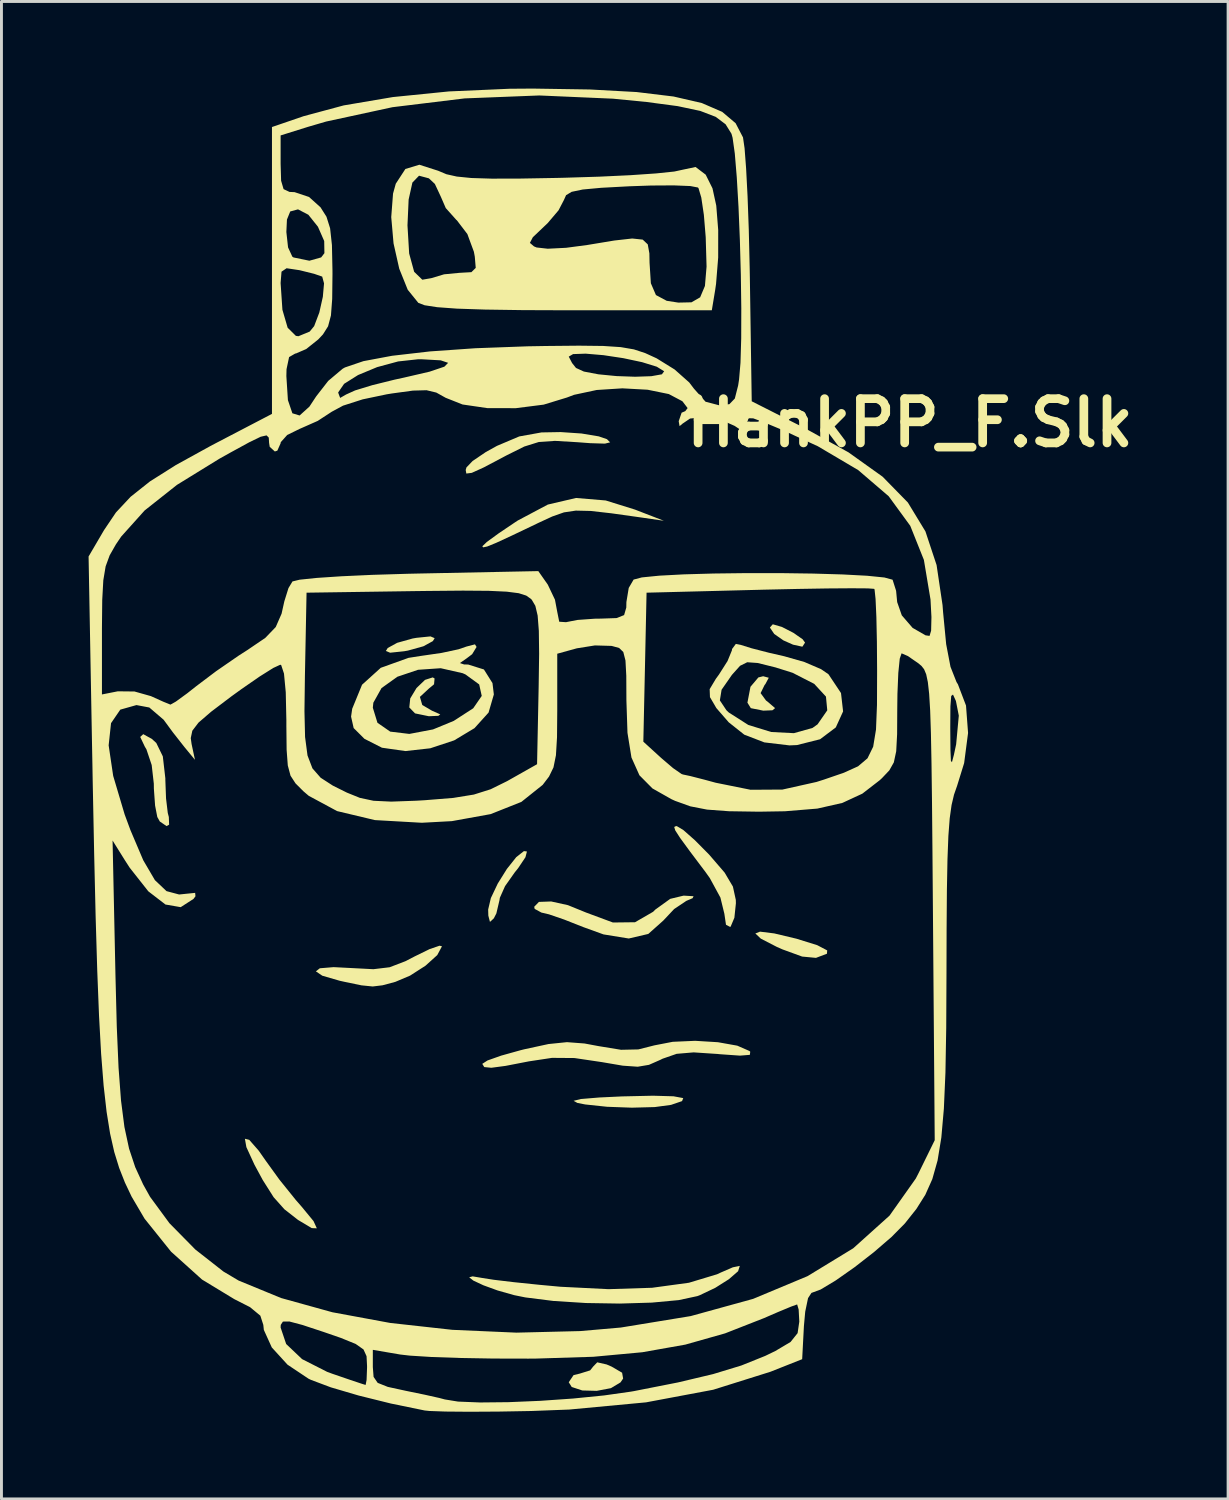
<source format=kicad_pcb>
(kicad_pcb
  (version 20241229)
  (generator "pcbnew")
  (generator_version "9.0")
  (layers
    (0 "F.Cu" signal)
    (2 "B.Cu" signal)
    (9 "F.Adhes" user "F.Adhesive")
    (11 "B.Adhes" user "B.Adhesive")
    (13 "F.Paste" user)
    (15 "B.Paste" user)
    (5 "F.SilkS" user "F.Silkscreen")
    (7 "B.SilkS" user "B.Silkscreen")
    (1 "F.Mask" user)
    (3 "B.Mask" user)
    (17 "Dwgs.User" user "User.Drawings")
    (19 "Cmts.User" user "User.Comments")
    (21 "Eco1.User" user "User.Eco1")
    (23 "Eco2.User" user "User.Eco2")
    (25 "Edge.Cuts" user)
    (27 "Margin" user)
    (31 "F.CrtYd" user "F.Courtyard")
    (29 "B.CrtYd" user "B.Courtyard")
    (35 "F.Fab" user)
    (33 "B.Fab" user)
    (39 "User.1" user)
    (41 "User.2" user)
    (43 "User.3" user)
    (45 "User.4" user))
  (footprint "HankPP_F.Slk"
    (layer "F.Cu")
    (at 14.946 22.814)
    (property "Reference" "HankPP_F.Slk" (at 13.335 -11.303 0) (layer "F.SilkS") (effects (font (size 1.524 1.524) (thickness 0.3))))
    (attr board_only exclude_from_pos_files exclude_from_bom)
    (fp_poly (pts (xy 8.928 -4.277) (xy 9.323 -4.074) (xy 9.64 -3.853) (xy 9.723 -3.738) (xy 9.631 -3.597) (xy 9.31 -3.667) (xy 8.979 -3.814) (xy 8.662 -4.035) (xy 8.513 -4.256) (xy 8.607 -4.365) (xy 8.623 -4.366)) (stroke (width 0) (type solid)) (fill yes) (layer "F.SilkS"))
    (fp_poly (pts (xy -3.03 -3.891) (xy -3.093 -3.789) (xy -3.419 -3.611) (xy -3.952 -3.463) (xy -4.085 -3.44) (xy -4.565 -3.39) (xy -4.71 -3.451) (xy -4.646 -3.553) (xy -4.32 -3.731) (xy -3.787 -3.88) (xy -3.654 -3.903) (xy -3.174 -3.952)) (stroke (width 0) (type solid)) (fill yes) (layer "F.SilkS"))
    (fp_poly (pts (xy 8.663 6.275) (xy 9.427 6.457) (xy 10.143 6.68) (xy 10.486 6.86) (xy 10.477 6.974) (xy 10.099 7.117) (xy 9.623 7.072) (xy 8.946 6.825) (xy 8.751 6.739) (xy 8.199 6.454) (xy 8.012 6.277) (xy 8.173 6.214)) (stroke (width 0) (type solid)) (fill yes) (layer "F.SilkS"))
    (fp_poly (pts (xy 5.193 11.883) (xy 5.529 11.945) (xy 5.488 12.049) (xy 5.11 12.178) (xy 4.549 12.254) (xy 3.76 12.275) (xy 2.906 12.244) (xy 2.153 12.164) (xy 1.885 12.112) (xy 1.754 12.039) (xy 2.004 11.977) (xy 2.64 11.924) (xy 3.423 11.887) (xy 4.488 11.863)) (stroke (width 0) (type solid)) (fill yes) (layer "F.SilkS"))
    (fp_poly (pts (xy 8.474 -2.528) (xy 8.358 -2.311) (xy 8.329 -2.276) (xy 8.193 -1.999) (xy 8.377 -1.747) (xy 8.454 -1.687) (xy 8.691 -1.482) (xy 8.602 -1.408) (xy 8.285 -1.395) (xy 7.856 -1.481) (xy 7.739 -1.67) (xy 7.844 -2.217) (xy 8.116 -2.539) (xy 8.281 -2.58)) (stroke (width 0) (type solid)) (fill yes) (layer "F.SilkS"))
    (fp_poly (pts (xy -3.033 -2.504) (xy -3.051 -2.303) (xy -3.226 -2.158) (xy -3.538 -1.869) (xy -3.457 -1.59) (xy -3.125 -1.395) (xy -2.837 -1.267) (xy -2.902 -1.217) (xy -3.231 -1.203) (xy -3.706 -1.301) (xy -3.903 -1.505) (xy -3.871 -1.816) (xy -3.655 -2.174) (xy -3.362 -2.455) (xy -3.096 -2.54)) (stroke (width 0) (type solid)) (fill yes) (layer "F.SilkS"))
    (fp_poly (pts (xy 2.89 21.116) (xy 3.062 21.19) (xy 3.424 21.401) (xy 3.459 21.602) (xy 3.369 21.734) (xy 3.036 21.933) (xy 2.55 22.025) (xy 2.054 22.012) (xy 1.689 21.892) (xy 1.587 21.729) (xy 1.752 21.484) (xy 1.968 21.431) (xy 2.323 21.32) (xy 2.43 21.186) (xy 2.568 21.043)) (stroke (width 0) (type solid)) (fill yes) (layer "F.SilkS"))
    (fp_poly (pts (xy -9.415 13.382) (xy -9.09 13.753) (xy -8.848 14.099) (xy -8.375 14.753) (xy -7.814 15.45) (xy -7.608 15.686) (xy -7.201 16.18) (xy -7.087 16.429) (xy -7.262 16.422) (xy -7.723 16.147) (xy -7.745 16.132) (xy -8.203 15.774) (xy -8.575 15.357) (xy -8.95 14.765) (xy -9.235 14.238) (xy -9.513 13.633) (xy -9.564 13.345)) (stroke (width 0) (type solid)) (fill yes) (layer "F.SilkS"))
    (fp_poly (pts (xy 0.147 3.454) (xy 0.096 3.652) (xy -0.154 4.026) (xy -0.273 4.174) (xy -0.607 4.648) (xy -0.787 5.052) (xy -0.797 5.125) (xy -0.905 5.585) (xy -0.992 5.755) (xy -1.126 5.879) (xy -1.182 5.663) (xy -1.188 5.453) (xy -1.095 5.058) (xy -0.858 4.559) (xy -0.544 4.056) (xy -0.221 3.649) (xy 0.043 3.441)) (stroke (width 0) (type solid)) (fill yes) (layer "F.SilkS"))
    (fp_poly (pts (xy -12.765 -0.42) (xy -12.615 -0.283) (xy -12.39 0.179) (xy -12.303 0.936) (xy -12.303 0.99) (xy -12.279 1.627) (xy -12.219 2.129) (xy -12.183 2.266) (xy -12.173 2.531) (xy -12.261 2.58) (xy -12.494 2.421) (xy -12.58 2.266) (xy -12.656 1.874) (xy -12.698 1.289) (xy -12.7 1.119) (xy -12.773 0.477) (xy -12.955 -0.065) (xy -13.009 -0.154) (xy -13.168 -0.49) (xy -13.064 -0.586)) (stroke (width 0) (type solid)) (fill yes) (layer "F.SilkS"))
    (fp_poly (pts (xy -2.778 6.718) (xy -2.94 7.021) (xy -3.347 7.388) (xy -3.878 7.729) (xy -4.382 7.942) (xy -4.824 8.061) (xy -5.162 8.102) (xy -5.549 8.063) (xy -6.138 7.941) (xy -6.3 7.905) (xy -6.899 7.731) (xy -7.12 7.581) (xy -6.984 7.475) (xy -6.509 7.436) (xy -5.904 7.467) (xy -5.14 7.507) (xy -4.58 7.44) (xy -4.035 7.231) (xy -3.721 7.068) (xy -3.204 6.815) (xy -2.861 6.698)) (stroke (width 0) (type solid)) (fill yes) (layer "F.SilkS"))
    (fp_poly (pts (xy 5.532 2.715) (xy 5.934 3.07) (xy 6.422 3.563) (xy 6.954 4.181) (xy 7.239 4.662) (xy 7.339 5.12) (xy 7.342 5.238) (xy 7.29 5.736) (xy 7.163 6.037) (xy 7.144 6.052) (xy 7.001 5.977) (xy 6.945 5.598) (xy 6.809 5.041) (xy 6.444 4.37) (xy 6.3 4.168) (xy 5.758 3.448) (xy 5.421 2.987) (xy 5.253 2.726) (xy 5.218 2.61) (xy 5.28 2.58) (xy 5.306 2.58)) (stroke (width 0) (type solid)) (fill yes) (layer "F.SilkS"))
    (fp_poly (pts (xy 2.861 -8.632) (xy 3.87 -8.317) (xy 4.862 -7.933) (xy 4.068 -8.048) (xy 3.057 -8.19) (xy 2.343 -8.271) (xy 1.83 -8.283) (xy 1.421 -8.222) (xy 1.02 -8.081) (xy 0.531 -7.855) (xy 0.466 -7.823) (xy -0.37 -7.424) (xy -0.912 -7.173) (xy -1.221 -7.047) (xy -1.36 -7.018) (xy -1.389 -7.055) (xy -1.235 -7.202) (xy -0.828 -7.499) (xy -0.252 -7.887) (xy -0.168 -7.942) (xy 0.867 -8.491) (xy 1.838 -8.718)) (stroke (width 0) (type solid)) (fill yes) (layer "F.SilkS"))
    (fp_poly (pts (xy 2.026 -10.938) (xy 2.621 -10.839) (xy 2.903 -10.742) (xy 3.012 -10.633) (xy 2.831 -10.589) (xy 2.321 -10.605) (xy 1.885 -10.638) (xy 1.111 -10.684) (xy 0.559 -10.646) (xy 0.056 -10.489) (xy -0.568 -10.178) (xy -0.641 -10.139) (xy -1.339 -9.77) (xy -1.752 -9.583) (xy -1.94 -9.559) (xy -1.961 -9.682) (xy -1.936 -9.769) (xy -1.725 -9.99) (xy -1.271 -10.298) (xy -0.883 -10.513) (xy -0.117 -10.837) (xy 0.649 -10.975) (xy 1.31 -10.987)) (stroke (width 0) (type solid)) (fill yes) (layer "F.SilkS"))
    (fp_poly (pts (xy 5.884 4.994) (xy 5.853 5.061) (xy 5.635 5.155) (xy 5.215 5.436) (xy 4.841 5.834) (xy 4.326 6.293) (xy 3.654 6.45) (xy 2.783 6.309) (xy 2.084 6.056) (xy 1.43 5.798) (xy 0.906 5.618) (xy 0.645 5.557) (xy 0.414 5.431) (xy 0.397 5.358) (xy 0.56 5.19) (xy 0.982 5.175) (xy 1.559 5.302) (xy 2.183 5.556) (xy 3.107 5.899) (xy 3.869 5.89) (xy 4.492 5.53) (xy 4.564 5.457) (xy 5.08 5.085) (xy 5.541 4.974)) (stroke (width 0) (type solid)) (fill yes) (layer "F.SilkS"))
    (fp_poly (pts (xy 7.475 17.727) (xy 7.418 17.906) (xy 7.103 18.18) (xy 6.63 18.479) (xy 6.1 18.731) (xy 6.016 18.763) (xy 5.373 18.901) (xy 4.446 18.987) (xy 3.345 19.02) (xy 2.18 19.001) (xy 1.059 18.93) (xy 0.092 18.808) (xy -0.293 18.73) (xy -0.865 18.568) (xy -1.353 18.39) (xy -1.699 18.228) (xy -1.842 18.115) (xy -1.722 18.083) (xy -1.389 18.139) (xy -0.992 18.201) (xy -0.304 18.283) (xy 0.568 18.373) (xy 1.301 18.441) (xy 2.958 18.524) (xy 4.456 18.476) (xy 5.725 18.303) (xy 6.694 18.011) (xy 6.818 17.953) (xy 7.235 17.772) (xy 7.467 17.723)) (stroke (width 0) (type solid)) (fill yes) (layer "F.SilkS"))
    (fp_poly (pts (xy 6.723 10.021) (xy 7.39 10.14) (xy 7.808 10.323) (xy 7.836 10.348) (xy 7.822 10.456) (xy 7.483 10.483) (xy 6.787 10.434) (xy 6.714 10.426) (xy 5.887 10.371) (xy 5.302 10.421) (xy 4.818 10.589) (xy 4.742 10.627) (xy 4.349 10.8) (xy 3.962 10.865) (xy 3.448 10.829) (xy 2.72 10.705) (xy 1.783 10.566) (xy 1.01 10.56) (xy 0.216 10.68) (xy -0.589 10.836) (xy -1.078 10.901) (xy -1.322 10.877) (xy -1.389 10.769) (xy -1.389 10.765) (xy -1.211 10.65) (xy -0.74 10.483) (xy -0.073 10.297) (xy 0.05 10.266) (xy 0.89 10.084) (xy 1.526 10.019) (xy 2.13 10.065) (xy 2.612 10.155) (xy 3.387 10.282) (xy 3.983 10.269) (xy 4.537 10.129) (xy 5.167 10.007) (xy 5.939 9.973)) (stroke (width 0) (type solid)) (fill yes) (layer "F.SilkS"))
    (fp_poly (pts (xy -1.587 -3.589) (xy -1.739 -3.339) (xy -1.935 -3.191) (xy -2.161 -3.034) (xy -2.018 -2.986) (xy -1.875 -2.983) (xy -1.334 -2.813) (xy -1.039 -2.344) (xy -0.992 -1.953) (xy -1.174 -1.329) (xy -1.659 -0.792) (xy -2.358 -0.372) (xy -3.182 -0.099) (xy -4.04 -0.004) (xy -4.845 -0.119) (xy -5.449 -0.426) (xy -5.819 -0.796) (xy -5.908 -1.19) (xy -5.869 -1.461) (xy -5.854 -1.497) (xy -5.159 -1.497) (xy -5 -0.978) (xy -4.56 -0.673) (xy -3.902 -0.594) (xy -3.086 -0.749) (xy -2.374 -1.042) (xy -1.702 -1.477) (xy -1.409 -1.903) (xy -1.497 -2.298) (xy -1.97 -2.642) (xy -2.067 -2.685) (xy -2.821 -2.856) (xy -3.603 -2.802) (xy -4.315 -2.562) (xy -4.86 -2.172) (xy -5.141 -1.669) (xy -5.159 -1.497) (xy -5.854 -1.497) (xy -5.53 -2.288) (xy -4.886 -2.87) (xy -3.93 -3.213) (xy -3.501 -3.28) (xy -2.793 -3.383) (xy -2.209 -3.508) (xy -1.935 -3.602) (xy -1.642 -3.678)) (stroke (width 0) (type solid)) (fill yes) (layer "F.SilkS"))
    (fp_poly (pts (xy 7.524 -3.655) (xy 7.882 -3.543) (xy 8.48 -3.389) (xy 9.004 -3.269) (xy 9.699 -3.071) (xy 10.274 -2.824) (xy 10.529 -2.649) (xy 10.961 -2.001) (xy 11.033 -1.369) (xy 10.782 -0.818) (xy 10.24 -0.41) (xy 9.444 -0.21) (xy 9.187 -0.199) (xy 8.322 -0.302) (xy 7.631 -0.568) (xy 7.096 -0.993) (xy 6.669 -1.484) (xy 6.515 -1.748) (xy 6.79 -1.748) (xy 7.016 -1.409) (xy 7.098 -1.331) (xy 7.769 -0.903) (xy 8.559 -0.66) (xy 9.339 -0.62) (xy 9.98 -0.8) (xy 10.154 -0.924) (xy 10.488 -1.406) (xy 10.443 -1.879) (xy 10.038 -2.318) (xy 9.293 -2.699) (xy 8.705 -2.884) (xy 8.093 -3.036) (xy 7.732 -3.062) (xy 7.486 -2.94) (xy 7.223 -2.647) (xy 7.203 -2.624) (xy 6.849 -2.115) (xy 6.79 -1.748) (xy 6.515 -1.748) (xy 6.449 -1.86) (xy 6.439 -2.136) (xy 6.652 -2.492) (xy 6.76 -2.64) (xy 7.055 -3.105) (xy 7.205 -3.472) (xy 7.21 -3.518) (xy 7.34 -3.693)) (stroke (width 0) (type solid)) (fill yes) (layer "F.SilkS"))
    (fp_poly (pts (xy -2.907 -19.984) (xy -2.901 -19.981) (xy -2.625 -19.865) (xy -2.268 -19.785) (xy -1.77 -19.735) (xy -1.068 -19.713) (xy -0.103 -19.715) (xy 1.188 -19.738) (xy 1.439 -19.744) (xy 2.635 -19.781) (xy 3.711 -19.832) (xy 4.597 -19.893) (xy 5.223 -19.958) (xy 5.518 -20.022) (xy 5.954 -20.114) (xy 6.302 -19.85) (xy 6.536 -19.38) (xy 6.666 -18.785) (xy 6.733 -17.943) (xy 6.732 -16.996) (xy 6.659 -16.091) (xy 6.628 -15.875) (xy 6.513 -15.18) (xy 1.643 -15.18) (xy -0.006 -15.186) (xy -1.296 -15.205) (xy -2.263 -15.237) (xy -2.944 -15.287) (xy -3.378 -15.354) (xy -3.592 -15.436) (xy -3.957 -15.887) (xy -4.249 -16.611) (xy -4.446 -17.485) (xy -4.5 -18.105) (xy -3.966 -18.105) (xy -3.908 -17.136) (xy -3.736 -16.506) (xy -3.455 -16.233) (xy -3.149 -16.286) (xy -2.705 -16.419) (xy -2.174 -16.47) (xy -1.765 -16.493) (xy -1.616 -16.64) (xy -1.648 -17.027) (xy -1.68 -17.198) (xy -1.792 -17.501) (xy 0.249 -17.501) (xy 0.391 -17.38) (xy 0.481 -17.343) (xy 0.864 -17.3) (xy 1.496 -17.332) (xy 2.221 -17.428) (xy 3.158 -17.583) (xy 3.773 -17.652) (xy 4.133 -17.614) (xy 4.307 -17.45) (xy 4.363 -17.141) (xy 4.369 -16.818) (xy 4.414 -16.111) (xy 4.589 -15.705) (xy 4.959 -15.507) (xy 5.36 -15.445) (xy 5.813 -15.455) (xy 6.111 -15.627) (xy 6.276 -16.018) (xy 6.332 -16.685) (xy 6.303 -17.685) (xy 6.301 -17.718) (xy 6.239 -18.468) (xy 6.151 -19.06) (xy 6.055 -19.384) (xy 6.035 -19.408) (xy 5.774 -19.458) (xy 5.205 -19.481) (xy 4.418 -19.476) (xy 3.673 -19.45) (xy 2.707 -19.398) (xy 2.068 -19.339) (xy 1.687 -19.259) (xy 1.495 -19.144) (xy 1.422 -18.981) (xy 1.236 -18.623) (xy 0.859 -18.179) (xy 0.726 -18.053) (xy 0.35 -17.695) (xy 0.249 -17.501) (xy -1.792 -17.501) (xy -1.904 -17.805) (xy -2.264 -18.277) (xy -2.284 -18.293) (xy -2.648 -18.7) (xy -2.814 -19.083) (xy -3.023 -19.531) (xy -3.23 -19.724) (xy -3.568 -19.814) (xy -3.797 -19.577) (xy -3.926 -18.993) (xy -3.966 -18.105) (xy -4.5 -18.105) (xy -4.525 -18.388) (xy -4.463 -19.199) (xy -4.369 -19.538) (xy -4.038 -20.046) (xy -3.557 -20.192)) (stroke (width 0) (type solid)) (fill yes) (layer "F.SilkS"))
    (fp_poly (pts (xy 2.315 -22.783) (xy 3.922 -22.695) (xy 5.196 -22.541) (xy 6.169 -22.316) (xy 6.871 -22.012) (xy 7.332 -21.622) (xy 7.584 -21.138) (xy 7.587 -21.13) (xy 7.641 -20.759) (xy 7.694 -20.059) (xy 7.744 -19.099) (xy 7.786 -17.949) (xy 7.816 -16.676) (xy 7.823 -16.292) (xy 7.887 -12.047) (xy 9.694 -11.133) (xy 11.219 -10.289) (xy 12.394 -9.45) (xy 13.263 -8.562) (xy 13.868 -7.567) (xy 14.252 -6.409) (xy 14.457 -5.031) (xy 14.476 -4.784) (xy 14.582 -3.683) (xy 14.731 -2.905) (xy 14.938 -2.38) (xy 14.987 -2.301) (xy 15.265 -1.572) (xy 15.336 -0.627) (xy 15.201 0.409) (xy 14.959 1.191) (xy 14.852 1.498) (xy 14.768 1.854) (xy 14.704 2.312) (xy 14.658 2.919) (xy 14.627 3.728) (xy 14.607 4.789) (xy 14.597 6.151) (xy 14.593 7.64) (xy 14.584 9.528) (xy 14.557 11.068) (xy 14.503 12.309) (xy 14.416 13.301) (xy 14.286 14.094) (xy 14.105 14.735) (xy 13.864 15.274) (xy 13.557 15.761) (xy 13.174 16.244) (xy 13.149 16.273) (xy 12.7 16.727) (xy 12.096 17.248) (xy 11.428 17.768) (xy 10.785 18.22) (xy 10.258 18.537) (xy 9.943 18.653) (xy 9.826 18.833) (xy 9.729 19.299) (xy 9.684 19.794) (xy 9.624 20.935) (xy 8.531 21.368) (xy 6.561 21.987) (xy 4.249 22.421) (xy 1.605 22.669) (xy 0.298 22.719) (xy -0.822 22.739) (xy -1.834 22.745) (xy -2.657 22.738) (xy -3.21 22.718) (xy -3.373 22.701) (xy -4.536 22.462) (xy -5.648 22.186) (xy -6.603 21.905) (xy -7.29 21.647) (xy -7.373 21.607) (xy -8.096 21.124) (xy -8.638 20.53) (xy -8.912 19.926) (xy -8.92 19.845) (xy -8.334 19.845) (xy -8.143 20.412) (xy -7.594 20.933) (xy -6.728 21.373) (xy -6.544 21.44) (xy -5.952 21.643) (xy -5.537 21.782) (xy -5.407 21.822) (xy -5.374 21.652) (xy -5.358 21.23) (xy -5.358 21.207) (xy -5.159 21.207) (xy -5.133 21.544) (xy -4.992 21.75) (xy -4.643 21.889) (xy -4.018 22.025) (xy -3.367 22.159) (xy -2.871 22.27) (xy -2.679 22.321) (xy -2.224 22.395) (xy -1.465 22.425) (xy -0.493 22.415) (xy 0.603 22.369) (xy 1.732 22.29) (xy 2.804 22.183) (xy 3.728 22.052) (xy 3.837 22.033) (xy 5.354 21.734) (xy 6.558 21.448) (xy 7.53 21.152) (xy 8.351 20.822) (xy 8.7 20.653) (xy 9.224 20.342) (xy 9.467 20.038) (xy 9.525 19.641) (xy 9.503 19.225) (xy 9.451 19.05) (xy 9.45 19.05) (xy 9.244 19.124) (xy 8.784 19.315) (xy 8.309 19.521) (xy 6.969 20.046) (xy 5.602 20.433) (xy 4.119 20.696) (xy 2.433 20.852) (xy 0.456 20.914) (xy 0.198 20.916) (xy -1.013 20.913) (xy -2.157 20.893) (xy -3.144 20.859) (xy -3.887 20.812) (xy -4.217 20.774) (xy -5.159 20.613) (xy -5.159 21.207) (xy -5.358 21.207) (xy -5.358 21.167) (xy -5.375 20.832) (xy -5.48 20.6) (xy -5.749 20.411) (xy -6.259 20.203) (xy -6.846 20) (xy -7.588 19.755) (xy -8.033 19.637) (xy -8.255 19.64) (xy -8.329 19.754) (xy -8.334 19.845) (xy -8.92 19.845) (xy -8.93 19.753) (xy -9.032 19.437) (xy -9.387 19.143) (xy -9.928 18.868) (xy -11.04 18.193) (xy -12.106 17.233) (xy -13.018 16.097) (xy -13.465 15.337) (xy -13.695 14.852) (xy -13.892 14.352) (xy -14.062 13.801) (xy -14.205 13.168) (xy -14.326 12.416) (xy -14.428 11.513) (xy -14.514 10.423) (xy -14.586 9.114) (xy -14.648 7.55) (xy -14.703 5.699) (xy -14.754 3.525) (xy -14.805 0.994) (xy -14.814 0.469) (xy -14.827 -0.201) (xy -14.255 -0.201) (xy -14.099 0.85) (xy -13.705 2.176) (xy -13.502 2.725) (xy -13.063 3.757) (xy -12.662 4.441) (xy -12.263 4.819) (xy -11.828 4.935) (xy -11.614 4.913) (xy -11.277 4.879) (xy -11.266 4.997) (xy -11.334 5.087) (xy -11.774 5.371) (xy -12.299 5.28) (xy -12.889 4.826) (xy -13.528 4.016) (xy -13.687 3.77) (xy -14.12 3.076) (xy -14.02 7.739) (xy -13.975 9.489) (xy -13.914 10.9) (xy -13.829 12.031) (xy -13.712 12.94) (xy -13.552 13.685) (xy -13.34 14.324) (xy -13.068 14.916) (xy -12.83 15.343) (xy -12.161 16.254) (xy -11.27 17.159) (xy -10.303 17.917) (xy -9.779 18.228) (xy -8.318 18.829) (xy -6.552 19.319) (xy -4.561 19.687) (xy -2.422 19.924) (xy -0.214 20.021) (xy 1.983 19.967) (xy 3.381 19.845) (xy 5.785 19.451) (xy 7.935 18.858) (xy 9.808 18.076) (xy 11.381 17.117) (xy 12.631 15.993) (xy 13.535 14.716) (xy 13.633 14.526) (xy 14.188 13.395) (xy 14.125 5.358) (xy 14.109 3.362) (xy 14.094 1.726) (xy 14.077 0.412) (xy 14.057 -0.618) (xy 14.05 -0.831) (xy 14.723 -0.831) (xy 14.723 -0.794) (xy 14.729 -0.047) (xy 14.745 0.334) (xy 14.781 0.38) (xy 14.849 0.123) (xy 14.926 -0.238) (xy 15.017 -1.223) (xy 14.918 -1.727) (xy 14.817 -1.949) (xy 14.756 -1.901) (xy 14.728 -1.543) (xy 14.723 -0.831) (xy 14.05 -0.831) (xy 14.031 -1.402) (xy 13.996 -1.976) (xy 13.951 -2.379) (xy 13.894 -2.648) (xy 13.822 -2.82) (xy 13.733 -2.934) (xy 13.629 -3.022) (xy 13.262 -3.276) (xy 13.047 -3.369) (xy 12.984 -3.187) (xy 12.934 -2.693) (xy 12.904 -1.974) (xy 12.898 -1.469) (xy 12.893 -0.583) (xy 12.862 0.003) (xy 12.78 0.386) (xy 12.625 0.661) (xy 12.373 0.927) (xy 12.296 0.999) (xy 11.696 1.463) (xy 11.007 1.782) (xy 10.147 1.977) (xy 9.032 2.069) (xy 8.136 2.084) (xy 7.101 2.068) (xy 6.35 2.012) (xy 5.771 1.899) (xy 5.252 1.712) (xy 5.124 1.654) (xy 4.469 1.283) (xy 4.021 0.831) (xy 3.746 0.218) (xy 3.658 -0.327) (xy 4.155 -0.327) (xy 4.769 0.233) (xy 5.18 0.584) (xy 5.47 0.785) (xy 5.519 0.803) (xy 5.774 0.857) (xy 6.277 0.986) (xy 6.648 1.087) (xy 7.849 1.329) (xy 8.944 1.322) (xy 10.117 1.06) (xy 10.375 0.978) (xy 11.061 0.742) (xy 11.549 0.521) (xy 11.874 0.245) (xy 12.069 -0.154) (xy 12.166 -0.744) (xy 12.2 -1.594) (xy 12.204 -2.769) (xy 12.197 -3.77) (xy 12.179 -4.618) (xy 12.151 -5.24) (xy 12.117 -5.562) (xy 12.105 -5.589) (xy 11.885 -5.605) (xy 11.33 -5.609) (xy 10.503 -5.603) (xy 9.467 -5.586) (xy 8.282 -5.56) (xy 8.136 -5.556) (xy 4.266 -5.457) (xy 4.211 -2.892) (xy 4.155 -0.327) (xy 3.658 -0.327) (xy 3.609 -0.632) (xy 3.572 -1.753) (xy 3.568 -2.596) (xy 3.54 -3.122) (xy 3.465 -3.414) (xy 3.322 -3.553) (xy 3.088 -3.618) (xy 3.051 -3.625) (xy 2.489 -3.641) (xy 1.864 -3.541) (xy 1.86 -3.54) (xy 1.191 -3.355) (xy 1.191 -1.395) (xy 1.183 -0.478) (xy 1.146 0.141) (xy 1.061 0.559) (xy 0.908 0.874) (xy 0.689 1.161) (xy -0.045 1.747) (xy -1.102 2.167) (xy -2.438 2.409) (xy -3.473 2.465) (xy -5.089 2.373) (xy -6.39 2.063) (xy -7.366 1.537) (xy -7.55 1.38) (xy -7.821 1.109) (xy -7.993 0.844) (xy -8.087 0.491) (xy -8.127 -0.047) (xy -8.136 -0.866) (xy -8.136 -1.072) (xy -8.143 -1.38) (xy -7.513 -1.38) (xy -7.492 -0.487) (xy -7.408 0.148) (xy -7.238 0.592) (xy -6.955 0.915) (xy -6.536 1.186) (xy -6.052 1.427) (xy -5.605 1.608) (xy -5.134 1.708) (xy -4.526 1.737) (xy -3.669 1.706) (xy -3.376 1.689) (xy -2.394 1.61) (xy -1.68 1.494) (xy -1.104 1.312) (xy -0.538 1.033) (xy -0.499 1.011) (xy 0.496 0.449) (xy 0.551 -2.236) (xy 0.567 -3.354) (xy 0.557 -4.143) (xy 0.516 -4.67) (xy 0.437 -5.004) (xy 0.315 -5.211) (xy 0.285 -5.243) (xy 0.123 -5.357) (xy -0.135 -5.439) (xy -0.547 -5.492) (xy -1.168 -5.521) (xy -2.055 -5.528) (xy -3.264 -5.517) (xy -3.739 -5.511) (xy -7.441 -5.457) (xy -7.497 -2.602) (xy -7.513 -1.38) (xy -8.143 -1.38) (xy -8.157 -2.03) (xy -8.218 -2.672) (xy -8.314 -2.963) (xy -8.345 -2.977) (xy -8.587 -2.865) (xy -9.063 -2.566) (xy -9.688 -2.133) (xy -10.035 -1.882) (xy -10.733 -1.353) (xy -11.161 -0.983) (xy -11.374 -0.704) (xy -11.428 -0.45) (xy -11.399 -0.244) (xy -11.283 0.298) (xy -11.644 -0.14) (xy -12.04 -0.644) (xy -12.362 -1.082) (xy -12.855 -1.504) (xy -13.298 -1.587) (xy -13.854 -1.43) (xy -14.173 -0.964) (xy -14.255 -0.201) (xy -14.827 -0.201) (xy -14.859 -1.953) (xy -14.486 -1.953) (xy -13.94 -2.061) (xy -13.365 -2.055) (xy -12.799 -1.895) (xy -12.371 -1.702) (xy -12.132 -1.605) (xy -12.125 -1.604) (xy -11.94 -1.708) (xy -11.549 -1.993) (xy -11.232 -2.243) (xy -10.553 -2.755) (xy -9.782 -3.287) (xy -9.478 -3.482) (xy -8.861 -3.901) (xy -8.502 -4.274) (xy -8.301 -4.733) (xy -8.206 -5.159) (xy -8.064 -5.614) (xy -7.926 -5.844) (xy -7.679 -5.904) (xy -7.097 -5.965) (xy -6.242 -6.022) (xy -5.176 -6.071) (xy -3.959 -6.108) (xy -3.6 -6.116) (xy 0.539 -6.2) (xy 0.865 -5.735) (xy 1.112 -5.216) (xy 1.191 -4.796) (xy 1.259 -4.457) (xy 1.497 -4.441) (xy 1.505 -4.444) (xy 1.891 -4.519) (xy 2.481 -4.561) (xy 2.695 -4.564) (xy 3.238 -4.583) (xy 3.493 -4.686) (xy 3.568 -4.945) (xy 3.572 -5.135) (xy 3.652 -5.62) (xy 3.82 -5.908) (xy 4.104 -5.983) (xy 4.706 -6.043) (xy 5.554 -6.088) (xy 6.577 -6.117) (xy 7.706 -6.131) (xy 8.869 -6.131) (xy 9.997 -6.115) (xy 11.017 -6.085) (xy 11.86 -6.04) (xy 12.455 -5.98) (xy 12.732 -5.905) (xy 12.739 -5.897) (xy 12.858 -5.523) (xy 12.895 -5.133) (xy 13.054 -4.677) (xy 13.427 -4.245) (xy 13.871 -3.989) (xy 14.01 -3.969) (xy 14.064 -4.149) (xy 14.075 -4.618) (xy 14.043 -5.221) (xy 13.815 -6.586) (xy 13.346 -7.759) (xy 12.603 -8.777) (xy 11.553 -9.678) (xy 10.163 -10.499) (xy 8.946 -11.058) (xy 8.298 -11.328) (xy 7.937 -11.46) (xy 7.778 -11.463) (xy 7.739 -11.346) (xy 7.739 -11.2) (xy 7.703 -11.002) (xy 7.525 -11.049) (xy 7.298 -11.2) (xy 6.816 -11.414) (xy 6.255 -11.5) (xy 5.764 -11.453) (xy 5.492 -11.268) (xy 5.489 -11.261) (xy 5.402 -11.192) (xy 5.373 -11.361) (xy 5.473 -11.654) (xy 5.599 -11.708) (xy 5.68 -11.813) (xy 5.499 -12.049) (xy 5.032 -12.296) (xy 4.303 -12.445) (xy 3.433 -12.493) (xy 2.548 -12.436) (xy 1.768 -12.269) (xy 1.528 -12.178) (xy 0.724 -11.932) (xy -0.234 -11.81) (xy -1.21 -11.811) (xy -2.07 -11.937) (xy -2.65 -12.167) (xy -2.973 -12.347) (xy -3.31 -12.428) (xy -3.779 -12.415) (xy -4.497 -12.317) (xy -4.677 -12.288) (xy -5.507 -12.114) (xy -6.184 -11.897) (xy -6.57 -11.689) (xy -7.056 -11.372) (xy -7.65 -11.109) (xy -7.66 -11.106) (xy -8.107 -10.887) (xy -8.329 -10.639) (xy -8.334 -10.601) (xy -8.447 -10.347) (xy -8.533 -10.319) (xy -8.709 -10.479) (xy -8.731 -10.616) (xy -8.742 -10.797) (xy -8.818 -10.873) (xy -9.021 -10.826) (xy -9.417 -10.634) (xy -10.068 -10.278) (xy -10.439 -10.071) (xy -11.903 -9.169) (xy -13.017 -8.287) (xy -13.822 -7.39) (xy -14.006 -7.119) (xy -14.22 -6.743) (xy -14.359 -6.363) (xy -14.439 -5.883) (xy -14.476 -5.207) (xy -14.486 -4.237) (xy -14.486 -4.155) (xy -14.486 -1.953) (xy -14.859 -1.953) (xy -14.946 -6.703) (xy -14.414 -7.611) (xy -14.004 -8.219) (xy -13.498 -8.76) (xy -12.833 -9.288) (xy -11.94 -9.852) (xy -10.756 -10.504) (xy -10.538 -10.619) (xy -8.632 -11.613) (xy -8.632 -16.114) (xy -8.334 -16.114) (xy -8.272 -15.198) (xy -8.092 -14.58) (xy -7.809 -14.3) (xy -7.721 -14.287) (xy -7.333 -14.447) (xy -7.179 -14.635) (xy -7.001 -15.105) (xy -6.88 -15.645) (xy -6.839 -16.107) (xy -6.902 -16.34) (xy -7.179 -16.436) (xy -7.658 -16.555) (xy -7.689 -16.562) (xy -8.128 -16.628) (xy -8.303 -16.51) (xy -8.334 -16.123) (xy -8.334 -16.114) (xy -8.632 -16.114) (xy -8.632 -17.876) (xy -8.136 -17.876) (xy -8.078 -17.346) (xy -7.931 -17.027) (xy -7.888 -16.999) (xy -7.343 -16.887) (xy -6.938 -17.001) (xy -6.826 -17.147) (xy -6.833 -17.565) (xy -7.049 -18.057) (xy -7.379 -18.47) (xy -7.73 -18.653) (xy -7.744 -18.653) (xy -8.003 -18.583) (xy -8.116 -18.304) (xy -8.136 -17.876) (xy -8.632 -17.876) (xy -8.632 -20.225) (xy -8.334 -20.225) (xy -8.317 -19.641) (xy -8.232 -19.352) (xy -8.028 -19.256) (xy -7.853 -19.248) (xy -7.356 -19.082) (xy -6.96 -18.726) (xy -6.755 -18.402) (xy -6.63 -18.004) (xy -6.567 -17.427) (xy -6.549 -16.571) (xy -6.548 -16.435) (xy -6.558 -15.57) (xy -6.601 -15.002) (xy -6.7 -14.629) (xy -6.876 -14.35) (xy -7.036 -14.179) (xy -7.451 -13.847) (xy -7.806 -13.693) (xy -7.829 -13.692) (xy -8.042 -13.569) (xy -8.13 -13.153) (xy -8.136 -12.915) (xy -8.083 -12.088) (xy -7.929 -11.634) (xy -7.68 -11.558) (xy -7.342 -11.864) (xy -7.113 -12.211) (xy -7.014 -12.339) (xy -6.35 -12.339) (xy -6.284 -12.163) (xy -6.079 -12.281) (xy -5.77 -12.421) (xy -5.177 -12.602) (xy -4.41 -12.792) (xy -4.088 -12.862) (xy -3.204 -13.067) (xy -2.695 -13.239) (xy -2.566 -13.371) (xy -2.821 -13.457) (xy -3.463 -13.493) (xy -3.6 -13.494) (xy -4.287 -13.419) (xy -5.012 -13.223) (xy -5.667 -12.951) (xy -6.148 -12.648) (xy -6.349 -12.357) (xy -6.35 -12.339) (xy -7.014 -12.339) (xy -6.694 -12.75) (xy -6.198 -13.168) (xy -6.118 -13.213) (xy -5.483 -13.429) (xy -4.652 -13.585) (xy 1.587 -13.585) (xy 1.702 -13.364) (xy 1.836 -13.195) (xy 2.107 -13.071) (xy 2.607 -12.976) (xy 3.23 -12.915) (xy 3.873 -12.892) (xy 4.429 -12.911) (xy 4.795 -12.976) (xy 4.872 -13.081) (xy 4.617 -13.238) (xy 4.112 -13.394) (xy 3.464 -13.532) (xy 2.781 -13.635) (xy 2.169 -13.687) (xy 1.736 -13.672) (xy 1.587 -13.585) (xy -4.652 -13.585) (xy -4.495 -13.614) (xy -3.194 -13.764) (xy -1.624 -13.874) (xy 0.174 -13.94) (xy 0.794 -13.951) (xy 1.942 -13.962) (xy 2.776 -13.952) (xy 3.378 -13.912) (xy 3.831 -13.834) (xy 4.218 -13.707) (xy 4.613 -13.526) (xy 5.231 -13.143) (xy 5.736 -12.695) (xy 5.896 -12.484) (xy 6.297 -12.032) (xy 6.778 -11.906) (xy 7.118 -11.948) (xy 7.305 -12.142) (xy 7.42 -12.595) (xy 7.451 -12.797) (xy 7.5 -13.37) (xy 7.525 -14.216) (xy 7.528 -15.254) (xy 7.512 -16.407) (xy 7.479 -17.595) (xy 7.432 -18.74) (xy 7.372 -19.762) (xy 7.304 -20.582) (xy 7.228 -21.122) (xy 7.19 -21.258) (xy 6.987 -21.585) (xy 6.646 -21.841) (xy 6.114 -22.045) (xy 5.337 -22.21) (xy 4.26 -22.353) (xy 3.112 -22.466) (xy 0.574 -22.577) (xy -1.997 -22.476) (xy -4.483 -22.173) (xy -6.766 -21.679) (xy -7.392 -21.496) (xy -8.334 -21.201) (xy -8.334 -20.225) (xy -8.632 -20.225) (xy -8.632 -21.49) (xy -7.541 -21.864) (xy -6.161 -22.235) (xy -4.468 -22.522) (xy -2.539 -22.716) (xy -0.452 -22.808) (xy 0.346 -22.814)) (stroke (width 0) (type solid)) (fill yes) (layer "F.SilkS")))
  (gr_rect
    (start -3 -3)
    (end 39.235 48.559)
    (stroke (width 0.1) (type default))
    (fill no)
    (layer "Edge.Cuts")))
</source>
